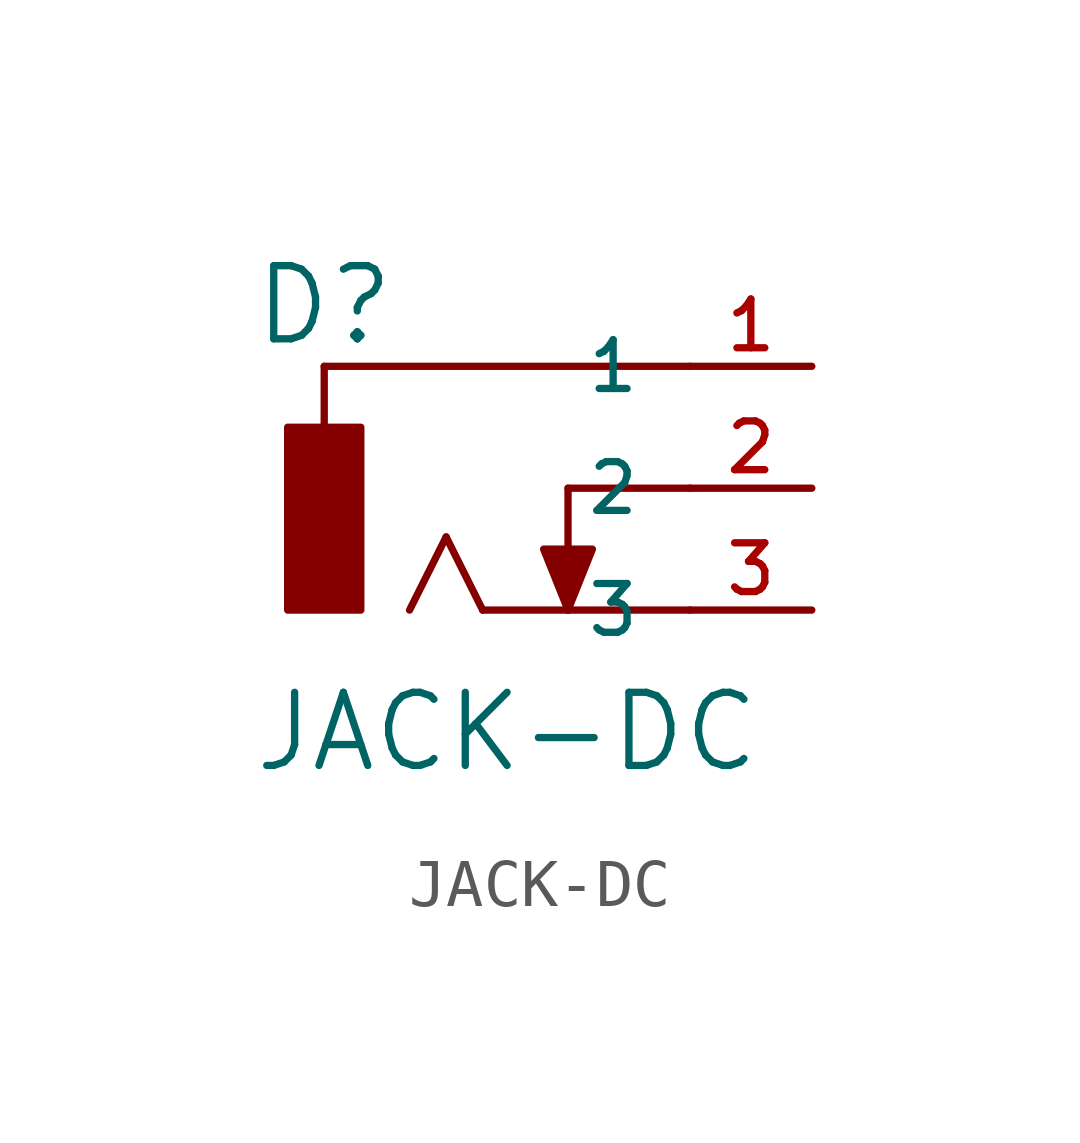
<source format=kicad_sym>
(kicad_symbol_lib
  (version 20211014)
  (generator kicad_symbol_editor)
  (symbol "JACK-DC"
    (pin_names
      (offset 1.016))
    (property "Reference" "D"
      (at -3.81 3.81 0)
      (effects (font (size 1.524 1.524))))
    (property "Value" "JACK-DC"
      (at 0 -5.08 0)
      (effects (font (size 1.524 1.524))))
    (property "Footprint" ""
      (at -1.27 0 0)
      (effects (font (size 1.524 1.524))))
    (property "Datasheet" ""
      (at -1.27 0 0)
      (effects (font (size 1.524 1.524))))
    (symbol "JACK-DC_1_0"
      (polyline (pts (xy -3.81 2.54) (xy -3.81 1.27)) (stroke (width 0) (type default) (color 0 0 0 0)) (fill (type none)))
      (polyline (pts (xy -1.27 -1.016) (xy -2.032 -2.54)) (stroke (width 0) (type default) (color 0 0 0 0)) (fill (type none)))
      (polyline (pts (xy -0.508 -2.54) (xy -1.27 -1.016)) (stroke (width 0) (type default) (color 0 0 0 0)) (fill (type none)))
      (polyline (pts (xy 1.27 -2.54) (xy -0.508 -2.54)) (stroke (width 0) (type default) (color 0 0 0 0)) (fill (type none)))
      (polyline (pts (xy 1.27 0) (xy 1.27 -2.54)) (stroke (width 0) (type default) (color 0 0 0 0)) (fill (type none)))
      (polyline (pts (xy 3.81 -2.54) (xy 1.27 -2.54)) (stroke (width 0) (type default) (color 0 0 0 0)) (fill (type none)))
      (polyline (pts (xy 3.81 0) (xy 1.27 0)) (stroke (width 0) (type default) (color 0 0 0 0)) (fill (type none)))
      (polyline (pts (xy 3.81 2.54) (xy -3.81 2.54)) (stroke (width 0) (type default) (color 0 0 0 0)) (fill (type none))))
    (symbol "JACK-DC_1_1"
      (rectangle (start -4.572 -2.54) (end -3.048 1.27) (stroke (width 0) (type default) (color 0 0 0 0)) (fill (type outline)))
      (polyline (pts (xy 1.27 -2.54) (xy 0.762 -1.27) (xy 0.762 -1.27) (xy 1.778 -1.27) (xy 1.778 -1.27) (xy 1.27 -2.54)) (stroke (width 0) (type default) (color 0 0 0 0)) (fill (type outline)))
      (pin passive line (at 6.35 2.54 180) (length 2.54) (name "1" (effects (font (size 1.016 1.016)))) (number "1" (effects (font (size 1.016 1.016)))))
      (pin passive line (at 6.35 0 180) (length 2.54) (name "2" (effects (font (size 1.016 1.016)))) (number "2" (effects (font (size 1.016 1.016)))))
      (pin passive line (at 6.35 -2.54 180) (length 2.54) (name "3" (effects (font (size 1.016 1.016)))) (number "3" (effects (font (size 1.016 1.016))))))))
</source>
